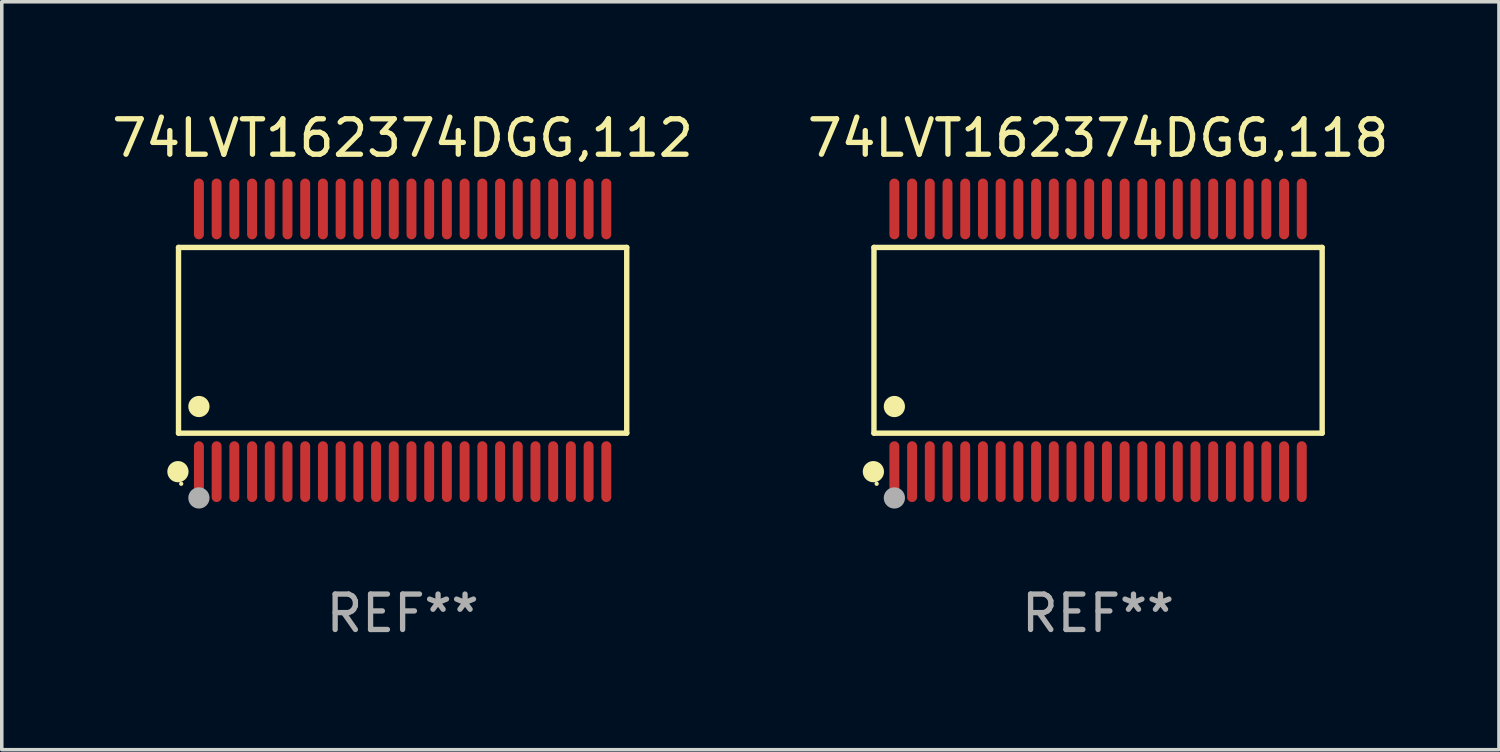
<source format=kicad_pcb>
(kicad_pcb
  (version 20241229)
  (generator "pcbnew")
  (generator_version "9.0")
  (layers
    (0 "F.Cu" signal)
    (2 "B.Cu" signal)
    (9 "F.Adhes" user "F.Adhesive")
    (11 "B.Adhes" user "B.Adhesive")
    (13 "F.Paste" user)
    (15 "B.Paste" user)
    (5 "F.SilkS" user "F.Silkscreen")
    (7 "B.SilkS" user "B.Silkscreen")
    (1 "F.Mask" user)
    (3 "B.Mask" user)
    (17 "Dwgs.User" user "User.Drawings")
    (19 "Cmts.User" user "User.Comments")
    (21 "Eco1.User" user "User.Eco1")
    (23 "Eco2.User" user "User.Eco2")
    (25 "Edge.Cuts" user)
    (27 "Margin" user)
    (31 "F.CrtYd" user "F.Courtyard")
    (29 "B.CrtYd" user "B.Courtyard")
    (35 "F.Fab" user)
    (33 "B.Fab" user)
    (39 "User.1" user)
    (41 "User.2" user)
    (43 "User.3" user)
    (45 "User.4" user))
  (footprint "74LVT162374DGG,112"
    (layer "F.Cu")
    (at 8.315 6.556)
    (property "Reference" "74LVT162374DGG,112" (at 0 -5.708 0) (layer "F.SilkS") (effects (font (size 1 1) (thickness 0.15))))
    (attr through_hole)
    (fp_line (start -6.326 -2.622) (end 6.326 -2.622) (stroke (width 0.152) (type solid)) (layer "F.SilkS"))
    (fp_line (start -6.326 2.621) (end -6.326 -2.622) (stroke (width 0.152) (type solid)) (layer "F.SilkS"))
    (fp_line (start 6.326 -2.622) (end 6.326 2.621) (stroke (width 0.152) (type solid)) (layer "F.SilkS"))
    (fp_line (start 6.326 2.621) (end -6.326 2.621) (stroke (width 0.152) (type solid)) (layer "F.SilkS"))
    (fp_circle (center -6.342 3.708) (end -6.192 3.708) (stroke (width 0.3) (type solid)) (fill no) (layer "F.SilkS"))
    (fp_circle (center -6.25 4.05) (end -6.22 4.05) (stroke (width 0.06) (type solid)) (fill no) (layer "F.SilkS"))
    (fp_circle (center -5.75 1.869) (end -5.6 1.869) (stroke (width 0.3) (type solid)) (fill no) (layer "F.SilkS"))
    (fp_circle (center -5.75 4.45) (end -5.6 4.45) (stroke (width 0.3) (type solid)) (fill no) (layer "F.Fab"))
    (fp_text user "REF**" (at 0 7.708 0) (layer "F.Fab") (effects (font (size 1 1) (thickness 0.15))))
    (pad "1" smd oval (at -5.75 3.708) (size 0.28 1.715) (layers "F.Cu" "F.Mask" "F.Paste"))
    (pad "2" smd oval (at -5.25 3.708) (size 0.28 1.715) (layers "F.Cu" "F.Mask" "F.Paste"))
    (pad "3" smd oval (at -4.75 3.708) (size 0.28 1.715) (layers "F.Cu" "F.Mask" "F.Paste"))
    (pad "4" smd oval (at -4.25 3.708) (size 0.28 1.715) (layers "F.Cu" "F.Mask" "F.Paste"))
    (pad "5" smd oval (at -3.75 3.708) (size 0.28 1.715) (layers "F.Cu" "F.Mask" "F.Paste"))
    (pad "6" smd oval (at -3.25 3.708) (size 0.28 1.715) (layers "F.Cu" "F.Mask" "F.Paste"))
    (pad "7" smd oval (at -2.75 3.708) (size 0.28 1.715) (layers "F.Cu" "F.Mask" "F.Paste"))
    (pad "8" smd oval (at -2.25 3.708) (size 0.28 1.715) (layers "F.Cu" "F.Mask" "F.Paste"))
    (pad "9" smd oval (at -1.75 3.708) (size 0.28 1.715) (layers "F.Cu" "F.Mask" "F.Paste"))
    (pad "10" smd oval (at -1.25 3.708) (size 0.28 1.715) (layers "F.Cu" "F.Mask" "F.Paste"))
    (pad "11" smd oval (at -0.75 3.708) (size 0.28 1.715) (layers "F.Cu" "F.Mask" "F.Paste"))
    (pad "12" smd oval (at -0.25 3.708) (size 0.28 1.715) (layers "F.Cu" "F.Mask" "F.Paste"))
    (pad "13" smd oval (at 0.25 3.708) (size 0.28 1.715) (layers "F.Cu" "F.Mask" "F.Paste"))
    (pad "14" smd oval (at 0.75 3.708) (size 0.28 1.715) (layers "F.Cu" "F.Mask" "F.Paste"))
    (pad "15" smd oval (at 1.25 3.708) (size 0.28 1.715) (layers "F.Cu" "F.Mask" "F.Paste"))
    (pad "16" smd oval (at 1.75 3.708) (size 0.28 1.715) (layers "F.Cu" "F.Mask" "F.Paste"))
    (pad "17" smd oval (at 2.25 3.708) (size 0.28 1.715) (layers "F.Cu" "F.Mask" "F.Paste"))
    (pad "18" smd oval (at 2.75 3.708) (size 0.28 1.715) (layers "F.Cu" "F.Mask" "F.Paste"))
    (pad "19" smd oval (at 3.25 3.708) (size 0.28 1.715) (layers "F.Cu" "F.Mask" "F.Paste"))
    (pad "20" smd oval (at 3.75 3.708) (size 0.28 1.715) (layers "F.Cu" "F.Mask" "F.Paste"))
    (pad "21" smd oval (at 4.25 3.708) (size 0.28 1.715) (layers "F.Cu" "F.Mask" "F.Paste"))
    (pad "22" smd oval (at 4.75 3.708) (size 0.28 1.715) (layers "F.Cu" "F.Mask" "F.Paste"))
    (pad "23" smd oval (at 5.25 3.708) (size 0.28 1.715) (layers "F.Cu" "F.Mask" "F.Paste"))
    (pad "24" smd oval (at 5.75 3.708) (size 0.28 1.715) (layers "F.Cu" "F.Mask" "F.Paste"))
    (pad "25" smd oval (at 5.75 -3.708) (size 0.28 1.715) (layers "F.Cu" "F.Mask" "F.Paste"))
    (pad "26" smd oval (at 5.25 -3.708) (size 0.28 1.715) (layers "F.Cu" "F.Mask" "F.Paste"))
    (pad "27" smd oval (at 4.75 -3.708) (size 0.28 1.715) (layers "F.Cu" "F.Mask" "F.Paste"))
    (pad "28" smd oval (at 4.25 -3.708) (size 0.28 1.715) (layers "F.Cu" "F.Mask" "F.Paste"))
    (pad "29" smd oval (at 3.75 -3.708) (size 0.28 1.715) (layers "F.Cu" "F.Mask" "F.Paste"))
    (pad "30" smd oval (at 3.25 -3.708) (size 0.28 1.715) (layers "F.Cu" "F.Mask" "F.Paste"))
    (pad "31" smd oval (at 2.75 -3.708) (size 0.28 1.715) (layers "F.Cu" "F.Mask" "F.Paste"))
    (pad "32" smd oval (at 2.25 -3.708) (size 0.28 1.715) (layers "F.Cu" "F.Mask" "F.Paste"))
    (pad "33" smd oval (at 1.75 -3.708) (size 0.28 1.715) (layers "F.Cu" "F.Mask" "F.Paste"))
    (pad "34" smd oval (at 1.25 -3.708) (size 0.28 1.715) (layers "F.Cu" "F.Mask" "F.Paste"))
    (pad "35" smd oval (at 0.75 -3.708) (size 0.28 1.715) (layers "F.Cu" "F.Mask" "F.Paste"))
    (pad "36" smd oval (at 0.25 -3.708) (size 0.28 1.715) (layers "F.Cu" "F.Mask" "F.Paste"))
    (pad "37" smd oval (at -0.25 -3.708) (size 0.28 1.715) (layers "F.Cu" "F.Mask" "F.Paste"))
    (pad "38" smd oval (at -0.75 -3.708) (size 0.28 1.715) (layers "F.Cu" "F.Mask" "F.Paste"))
    (pad "39" smd oval (at -1.25 -3.708) (size 0.28 1.715) (layers "F.Cu" "F.Mask" "F.Paste"))
    (pad "40" smd oval (at -1.75 -3.708) (size 0.28 1.715) (layers "F.Cu" "F.Mask" "F.Paste"))
    (pad "41" smd oval (at -2.25 -3.708) (size 0.28 1.715) (layers "F.Cu" "F.Mask" "F.Paste"))
    (pad "42" smd oval (at -2.75 -3.708) (size 0.28 1.715) (layers "F.Cu" "F.Mask" "F.Paste"))
    (pad "43" smd oval (at -3.25 -3.708) (size 0.28 1.715) (layers "F.Cu" "F.Mask" "F.Paste"))
    (pad "44" smd oval (at -3.75 -3.708) (size 0.28 1.715) (layers "F.Cu" "F.Mask" "F.Paste"))
    (pad "45" smd oval (at -4.25 -3.708) (size 0.28 1.715) (layers "F.Cu" "F.Mask" "F.Paste"))
    (pad "46" smd oval (at -4.75 -3.708) (size 0.28 1.715) (layers "F.Cu" "F.Mask" "F.Paste"))
    (pad "47" smd oval (at -5.25 -3.708) (size 0.28 1.715) (layers "F.Cu" "F.Mask" "F.Paste"))
    (pad "48" smd oval (at -5.75 -3.708) (size 0.28 1.715) (layers "F.Cu" "F.Mask" "F.Paste")))
  (footprint "74LVT162374DGG,118"
    (layer "F.Cu")
    (at 27.946 6.556)
    (property "Reference" "74LVT162374DGG,118" (at 0 -5.708 0) (layer "F.SilkS") (effects (font (size 1 1) (thickness 0.15))))
    (attr through_hole)
    (fp_line (start -6.326 -2.622) (end 6.326 -2.622) (stroke (width 0.152) (type solid)) (layer "F.SilkS"))
    (fp_line (start -6.326 2.621) (end -6.326 -2.622) (stroke (width 0.152) (type solid)) (layer "F.SilkS"))
    (fp_line (start 6.326 -2.622) (end 6.326 2.621) (stroke (width 0.152) (type solid)) (layer "F.SilkS"))
    (fp_line (start 6.326 2.621) (end -6.326 2.621) (stroke (width 0.152) (type solid)) (layer "F.SilkS"))
    (fp_circle (center -6.342 3.708) (end -6.192 3.708) (stroke (width 0.3) (type solid)) (fill no) (layer "F.SilkS"))
    (fp_circle (center -6.25 4.05) (end -6.22 4.05) (stroke (width 0.06) (type solid)) (fill no) (layer "F.SilkS"))
    (fp_circle (center -5.75 1.869) (end -5.6 1.869) (stroke (width 0.3) (type solid)) (fill no) (layer "F.SilkS"))
    (fp_circle (center -5.75 4.45) (end -5.6 4.45) (stroke (width 0.3) (type solid)) (fill no) (layer "F.Fab"))
    (fp_text user "REF**" (at 0 7.708 0) (layer "F.Fab") (effects (font (size 1 1) (thickness 0.15))))
    (pad "1" smd oval (at -5.75 3.708) (size 0.28 1.715) (layers "F.Cu" "F.Mask" "F.Paste"))
    (pad "2" smd oval (at -5.25 3.708) (size 0.28 1.715) (layers "F.Cu" "F.Mask" "F.Paste"))
    (pad "3" smd oval (at -4.75 3.708) (size 0.28 1.715) (layers "F.Cu" "F.Mask" "F.Paste"))
    (pad "4" smd oval (at -4.25 3.708) (size 0.28 1.715) (layers "F.Cu" "F.Mask" "F.Paste"))
    (pad "5" smd oval (at -3.75 3.708) (size 0.28 1.715) (layers "F.Cu" "F.Mask" "F.Paste"))
    (pad "6" smd oval (at -3.25 3.708) (size 0.28 1.715) (layers "F.Cu" "F.Mask" "F.Paste"))
    (pad "7" smd oval (at -2.75 3.708) (size 0.28 1.715) (layers "F.Cu" "F.Mask" "F.Paste"))
    (pad "8" smd oval (at -2.25 3.708) (size 0.28 1.715) (layers "F.Cu" "F.Mask" "F.Paste"))
    (pad "9" smd oval (at -1.75 3.708) (size 0.28 1.715) (layers "F.Cu" "F.Mask" "F.Paste"))
    (pad "10" smd oval (at -1.25 3.708) (size 0.28 1.715) (layers "F.Cu" "F.Mask" "F.Paste"))
    (pad "11" smd oval (at -0.75 3.708) (size 0.28 1.715) (layers "F.Cu" "F.Mask" "F.Paste"))
    (pad "12" smd oval (at -0.25 3.708) (size 0.28 1.715) (layers "F.Cu" "F.Mask" "F.Paste"))
    (pad "13" smd oval (at 0.25 3.708) (size 0.28 1.715) (layers "F.Cu" "F.Mask" "F.Paste"))
    (pad "14" smd oval (at 0.75 3.708) (size 0.28 1.715) (layers "F.Cu" "F.Mask" "F.Paste"))
    (pad "15" smd oval (at 1.25 3.708) (size 0.28 1.715) (layers "F.Cu" "F.Mask" "F.Paste"))
    (pad "16" smd oval (at 1.75 3.708) (size 0.28 1.715) (layers "F.Cu" "F.Mask" "F.Paste"))
    (pad "17" smd oval (at 2.25 3.708) (size 0.28 1.715) (layers "F.Cu" "F.Mask" "F.Paste"))
    (pad "18" smd oval (at 2.75 3.708) (size 0.28 1.715) (layers "F.Cu" "F.Mask" "F.Paste"))
    (pad "19" smd oval (at 3.25 3.708) (size 0.28 1.715) (layers "F.Cu" "F.Mask" "F.Paste"))
    (pad "20" smd oval (at 3.75 3.708) (size 0.28 1.715) (layers "F.Cu" "F.Mask" "F.Paste"))
    (pad "21" smd oval (at 4.25 3.708) (size 0.28 1.715) (layers "F.Cu" "F.Mask" "F.Paste"))
    (pad "22" smd oval (at 4.75 3.708) (size 0.28 1.715) (layers "F.Cu" "F.Mask" "F.Paste"))
    (pad "23" smd oval (at 5.25 3.708) (size 0.28 1.715) (layers "F.Cu" "F.Mask" "F.Paste"))
    (pad "24" smd oval (at 5.75 3.708) (size 0.28 1.715) (layers "F.Cu" "F.Mask" "F.Paste"))
    (pad "25" smd oval (at 5.75 -3.708) (size 0.28 1.715) (layers "F.Cu" "F.Mask" "F.Paste"))
    (pad "26" smd oval (at 5.25 -3.708) (size 0.28 1.715) (layers "F.Cu" "F.Mask" "F.Paste"))
    (pad "27" smd oval (at 4.75 -3.708) (size 0.28 1.715) (layers "F.Cu" "F.Mask" "F.Paste"))
    (pad "28" smd oval (at 4.25 -3.708) (size 0.28 1.715) (layers "F.Cu" "F.Mask" "F.Paste"))
    (pad "29" smd oval (at 3.75 -3.708) (size 0.28 1.715) (layers "F.Cu" "F.Mask" "F.Paste"))
    (pad "30" smd oval (at 3.25 -3.708) (size 0.28 1.715) (layers "F.Cu" "F.Mask" "F.Paste"))
    (pad "31" smd oval (at 2.75 -3.708) (size 0.28 1.715) (layers "F.Cu" "F.Mask" "F.Paste"))
    (pad "32" smd oval (at 2.25 -3.708) (size 0.28 1.715) (layers "F.Cu" "F.Mask" "F.Paste"))
    (pad "33" smd oval (at 1.75 -3.708) (size 0.28 1.715) (layers "F.Cu" "F.Mask" "F.Paste"))
    (pad "34" smd oval (at 1.25 -3.708) (size 0.28 1.715) (layers "F.Cu" "F.Mask" "F.Paste"))
    (pad "35" smd oval (at 0.75 -3.708) (size 0.28 1.715) (layers "F.Cu" "F.Mask" "F.Paste"))
    (pad "36" smd oval (at 0.25 -3.708) (size 0.28 1.715) (layers "F.Cu" "F.Mask" "F.Paste"))
    (pad "37" smd oval (at -0.25 -3.708) (size 0.28 1.715) (layers "F.Cu" "F.Mask" "F.Paste"))
    (pad "38" smd oval (at -0.75 -3.708) (size 0.28 1.715) (layers "F.Cu" "F.Mask" "F.Paste"))
    (pad "39" smd oval (at -1.25 -3.708) (size 0.28 1.715) (layers "F.Cu" "F.Mask" "F.Paste"))
    (pad "40" smd oval (at -1.75 -3.708) (size 0.28 1.715) (layers "F.Cu" "F.Mask" "F.Paste"))
    (pad "41" smd oval (at -2.25 -3.708) (size 0.28 1.715) (layers "F.Cu" "F.Mask" "F.Paste"))
    (pad "42" smd oval (at -2.75 -3.708) (size 0.28 1.715) (layers "F.Cu" "F.Mask" "F.Paste"))
    (pad "43" smd oval (at -3.25 -3.708) (size 0.28 1.715) (layers "F.Cu" "F.Mask" "F.Paste"))
    (pad "44" smd oval (at -3.75 -3.708) (size 0.28 1.715) (layers "F.Cu" "F.Mask" "F.Paste"))
    (pad "45" smd oval (at -4.25 -3.708) (size 0.28 1.715) (layers "F.Cu" "F.Mask" "F.Paste"))
    (pad "46" smd oval (at -4.75 -3.708) (size 0.28 1.715) (layers "F.Cu" "F.Mask" "F.Paste"))
    (pad "47" smd oval (at -5.25 -3.708) (size 0.28 1.715) (layers "F.Cu" "F.Mask" "F.Paste"))
    (pad "48" smd oval (at -5.75 -3.708) (size 0.28 1.715) (layers "F.Cu" "F.Mask" "F.Paste")))
  (gr_rect
    (start -3 -3)
    (end 39.262 18.112)
    (stroke (width 0.1) (type default))
    (fill no)
    (layer "Edge.Cuts")))
</source>
